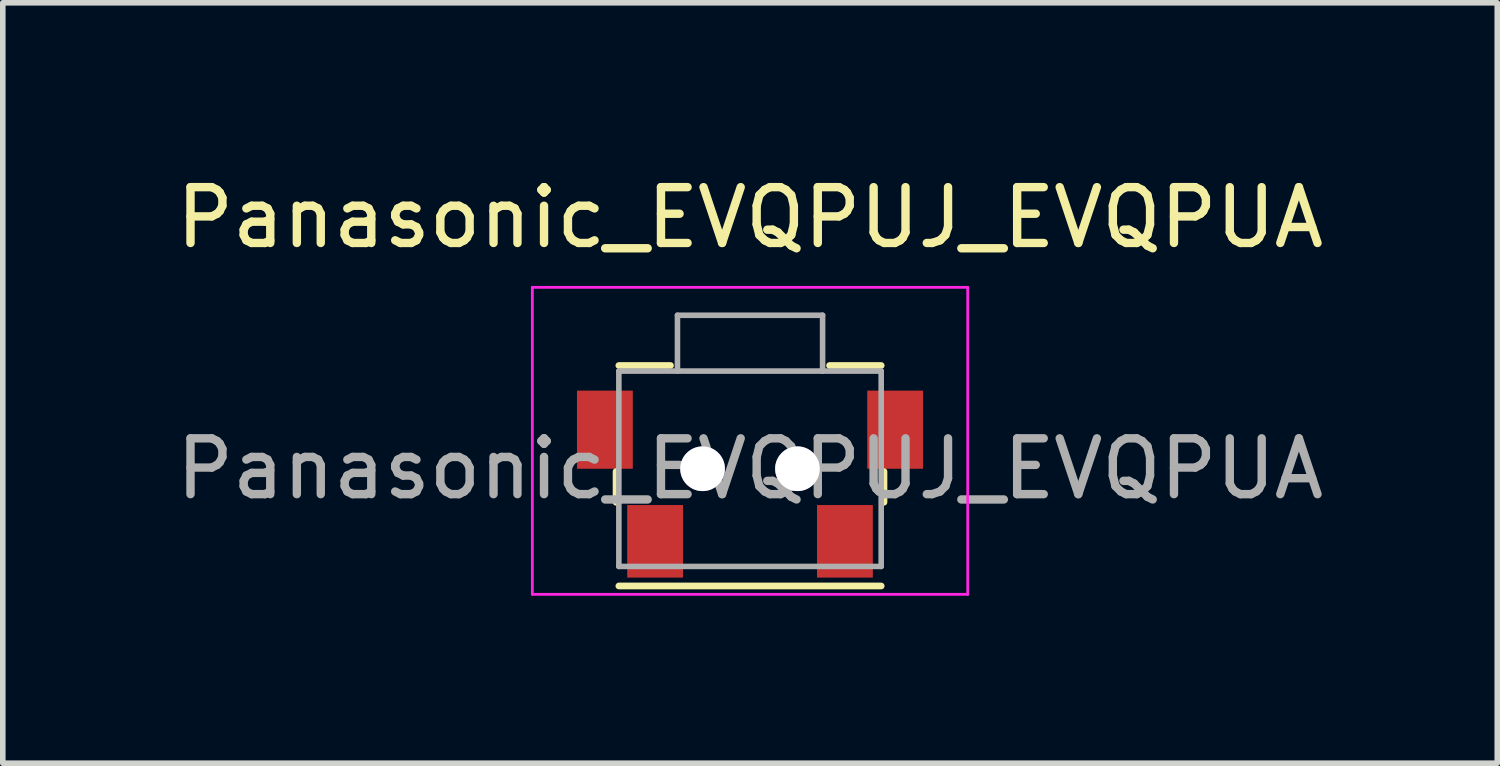
<source format=kicad_pcb>
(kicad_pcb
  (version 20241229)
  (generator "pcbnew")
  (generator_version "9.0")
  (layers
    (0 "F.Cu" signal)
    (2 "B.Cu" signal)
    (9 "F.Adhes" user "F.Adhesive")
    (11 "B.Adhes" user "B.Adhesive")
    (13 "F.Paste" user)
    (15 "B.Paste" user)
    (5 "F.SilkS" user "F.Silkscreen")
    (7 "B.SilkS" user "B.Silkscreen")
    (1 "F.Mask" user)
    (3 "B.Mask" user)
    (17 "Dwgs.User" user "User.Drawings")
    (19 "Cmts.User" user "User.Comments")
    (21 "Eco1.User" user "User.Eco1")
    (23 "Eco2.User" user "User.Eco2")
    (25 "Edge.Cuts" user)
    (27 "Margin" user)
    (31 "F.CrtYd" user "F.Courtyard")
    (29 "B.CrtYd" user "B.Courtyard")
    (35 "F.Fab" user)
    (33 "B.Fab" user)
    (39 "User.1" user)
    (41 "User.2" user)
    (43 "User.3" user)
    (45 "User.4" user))
  (footprint "Panasonic_EVQPUJ_EVQPUA"
    (layer "F.Cu")
    (at 10.387 5.348)
    (property "Reference" "Panasonic_EVQPUJ_EVQPUA" (at 0 -4.5 0) (layer "F.SilkS") (effects (font (size 1 1) (thickness 0.15))))
    (attr smd)
    (fp_line (start -2.4 0.6) (end -2.4 0.05) (stroke (width 0.12) (type solid)) (layer "F.SilkS"))
    (fp_line (start -1.425 -1.85) (end -2.35 -1.85) (stroke (width 0.12) (type solid)) (layer "F.SilkS"))
    (fp_line (start 2.35 -1.85) (end 1.425 -1.85) (stroke (width 0.12) (type solid)) (layer "F.SilkS"))
    (fp_line (start 2.35 2.1) (end -2.35 2.1) (stroke (width 0.12) (type solid)) (layer "F.SilkS"))
    (fp_line (start 2.4 0.6) (end 2.4 0.05) (stroke (width 0.12) (type solid)) (layer "F.SilkS"))
    (fp_line (start -3.9 2.25) (end -3.9 -3.25) (stroke (width 0.05) (type solid)) (layer "F.CrtYd"))
    (fp_line (start 3.9 -3.25) (end -3.9 -3.25) (stroke (width 0.05) (type solid)) (layer "F.CrtYd"))
    (fp_line (start 3.9 2.25) (end -3.9 2.25) (stroke (width 0.05) (type solid)) (layer "F.CrtYd"))
    (fp_line (start 3.9 2.25) (end 3.9 -3.25) (stroke (width 0.05) (type solid)) (layer "F.CrtYd"))
    (fp_line (start -2.35 1.75) (end -2.35 -1.75) (stroke (width 0.1) (type solid)) (layer "F.Fab"))
    (fp_line (start -1.3 -2.75) (end -1.3 -1.75) (stroke (width 0.1) (type solid)) (layer "F.Fab"))
    (fp_line (start 1.3 -2.75) (end -1.3 -2.75) (stroke (width 0.1) (type solid)) (layer "F.Fab"))
    (fp_line (start 1.3 -2.75) (end 1.3 -1.75) (stroke (width 0.1) (type solid)) (layer "F.Fab"))
    (fp_line (start 2.35 -1.75) (end -2.35 -1.75) (stroke (width 0.1) (type solid)) (layer "F.Fab"))
    (fp_line (start 2.35 1.75) (end -2.35 1.75) (stroke (width 0.1) (type solid)) (layer "F.Fab"))
    (fp_line (start 2.35 1.75) (end 2.35 -1.75) (stroke (width 0.1) (type solid)) (layer "F.Fab"))
    (fp_text user "${REFERENCE}" (at 0 0 0) (layer "F.Fab") (effects (font (size 1 1) (thickness 0.15))))
    (pad "" smd rect (at -2.6 -0.7 180) (size 1 1.4) (layers "F.Cu" "F.Mask"))
    (pad "" thru_hole circle (at -0.85 0) (size 0.8 0.8) (drill 0.8) (layers "*.Cu" "*.Mask"))
    (pad "" thru_hole circle (at 0.85 0) (size 0.8 0.8) (drill 0.8) (layers "*.Cu" "*.Mask"))
    (pad "" smd rect (at 2.6 -0.7 180) (size 1 1.4) (layers "F.Cu" "F.Mask" "F.Paste"))
    (pad "1" smd rect (at -1.7 1.3 180) (size 1 1.3) (layers "F.Cu" "F.Mask" "F.Paste"))
    (pad "2" smd rect (at 1.7 1.3 180) (size 1 1.3) (layers "F.Cu" "F.Mask" "F.Paste")))
  (gr_rect
    (start -3 -3)
    (end 23.774 10.623)
    (stroke (width 0.1) (type default))
    (fill no)
    (layer "Edge.Cuts")))
</source>
